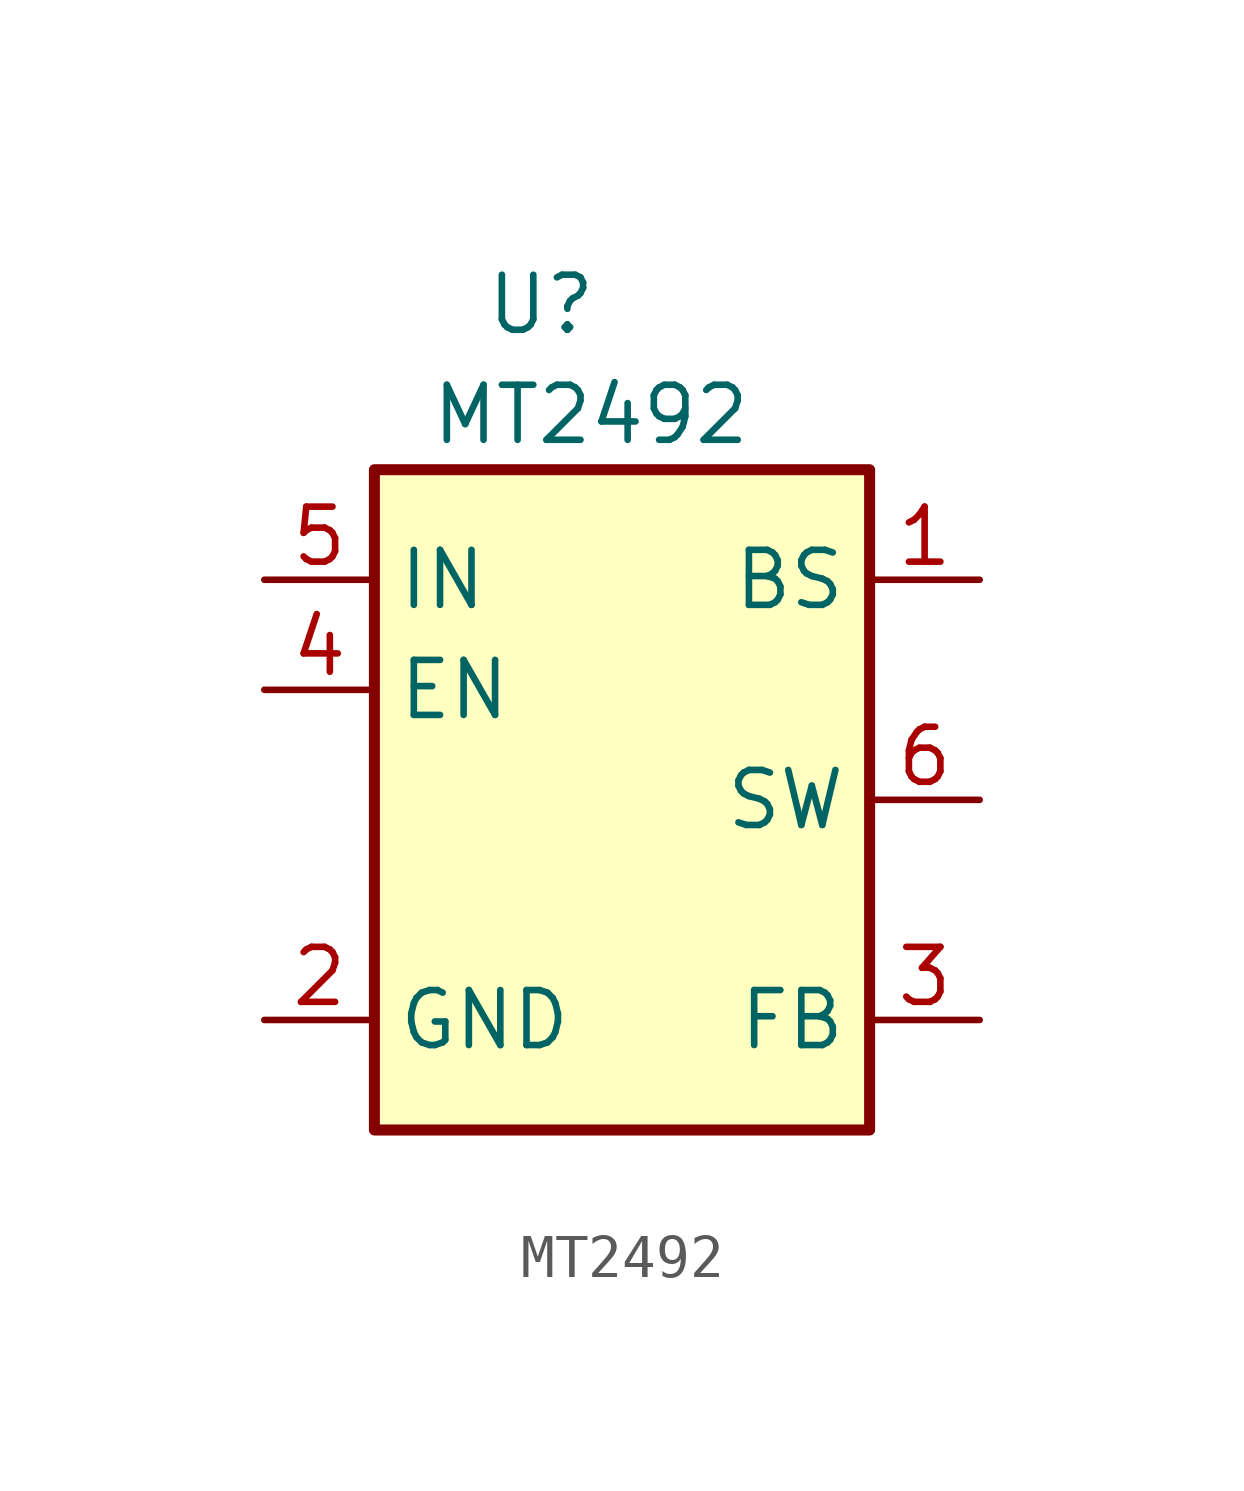
<source format=kicad_sym>
(kicad_symbol_lib
  (version 20211014)
  (generator kicad_symbol_editor)
  (symbol "MT2492"
    (property "Reference" "U"
      (at -2.54 8.89 0)
      (effects (font (size 1.27 1.27)) (justify left)))
    (property "Value" "MT2492"
      (at -3.81 6.35 0)
      (effects (font (size 1.27 1.27)) (justify left)))
    (symbol "MT2492_0_1"
      (rectangle (start -5.08 5.08) (end 6.35 -10.16) (stroke (width 0.254) (type default) (color 0 0 0 0)) (fill (type background))))
    (symbol "MT2492_1_1"
      (pin input line (at 8.89 2.54 180) (length 2.54) (name "BS" (effects (font (size 1.27 1.27)))) (number "1" (effects (font (size 1.27 1.27)))))
      (pin power_in line (at -7.62 -7.62 0) (length 2.54) (name "GND" (effects (font (size 1.27 1.27)))) (number "2" (effects (font (size 1.27 1.27)))))
      (pin input line (at 8.89 -7.62 180) (length 2.54) (name "FB" (effects (font (size 1.27 1.27)))) (number "3" (effects (font (size 1.27 1.27)))))
      (pin input line (at -7.62 0 0) (length 2.54) (name "EN" (effects (font (size 1.27 1.27)))) (number "4" (effects (font (size 1.27 1.27)))))
      (pin power_in line (at -7.62 2.54 0) (length 2.54) (name "IN" (effects (font (size 1.27 1.27)))) (number "5" (effects (font (size 1.27 1.27)))))
      (pin passive line (at 8.89 -2.54 180) (length 2.54) (name "SW" (effects (font (size 1.27 1.27)))) (number "6" (effects (font (size 1.27 1.27))))))))
</source>
